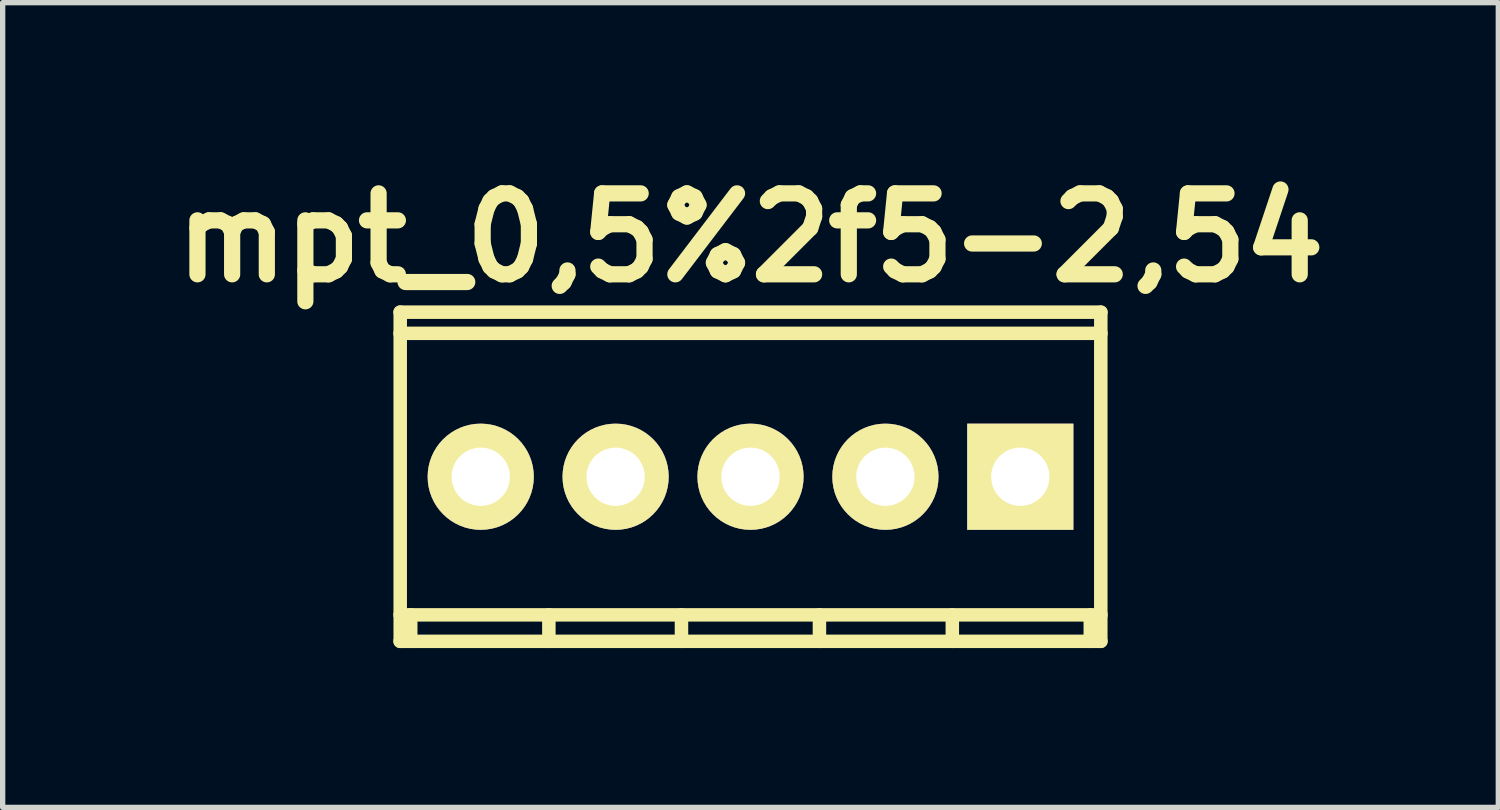
<source format=kicad_pcb>
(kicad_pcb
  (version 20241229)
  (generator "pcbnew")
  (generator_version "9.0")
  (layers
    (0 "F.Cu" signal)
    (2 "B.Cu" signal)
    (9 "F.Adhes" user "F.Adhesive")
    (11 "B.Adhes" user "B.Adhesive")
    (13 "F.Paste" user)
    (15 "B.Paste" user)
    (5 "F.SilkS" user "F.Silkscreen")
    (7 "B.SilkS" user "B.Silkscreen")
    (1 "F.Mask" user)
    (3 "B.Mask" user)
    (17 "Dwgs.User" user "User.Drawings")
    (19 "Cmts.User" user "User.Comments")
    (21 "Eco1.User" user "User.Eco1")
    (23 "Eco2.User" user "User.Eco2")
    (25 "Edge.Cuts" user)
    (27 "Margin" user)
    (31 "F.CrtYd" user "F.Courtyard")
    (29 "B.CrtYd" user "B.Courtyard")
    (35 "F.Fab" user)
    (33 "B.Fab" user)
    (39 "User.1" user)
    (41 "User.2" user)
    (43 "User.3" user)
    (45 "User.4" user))
  (footprint "mpt_0,5%2f5-2,54"
    (layer "F.Cu")
    (at 11.082 5.927)
    (property "Reference" "mpt_0,5%2f5-2,54" (at 0 -4.501 0) (layer "F.SilkS") (effects (font (size 1.524 1.524) (thickness 0.305))))
    (attr through_hole)
    (fp_line (start -6.599 -2.7) (end 6.599 -2.7) (stroke (width 0.254) (type solid)) (layer "F.SilkS"))
    (fp_line (start -6.599 2.601) (end 6.599 2.601) (stroke (width 0.254) (type solid)) (layer "F.SilkS"))
    (fp_line (start -6.596 -3.099) (end -6.596 3.099) (stroke (width 0.254) (type solid)) (layer "F.SilkS"))
    (fp_line (start -6.398 3.099) (end -6.398 2.601) (stroke (width 0.254) (type solid)) (layer "F.SilkS"))
    (fp_line (start -3.797 3.099) (end -3.797 2.601) (stroke (width 0.254) (type solid)) (layer "F.SilkS"))
    (fp_line (start -1.3 2.601) (end -1.3 3.099) (stroke (width 0.254) (type solid)) (layer "F.SilkS"))
    (fp_line (start 1.298 2.601) (end 1.298 3.099) (stroke (width 0.254) (type solid)) (layer "F.SilkS"))
    (fp_line (start 3.8 2.601) (end 3.8 3.099) (stroke (width 0.254) (type solid)) (layer "F.SilkS"))
    (fp_line (start 6.398 2.601) (end 6.398 3.099) (stroke (width 0.254) (type solid)) (layer "F.SilkS"))
    (fp_line (start 6.596 3.099) (end 6.596 -3.099) (stroke (width 0.254) (type solid)) (layer "F.SilkS"))
    (fp_line (start 6.599 -3.099) (end -6.599 -3.099) (stroke (width 0.254) (type solid)) (layer "F.SilkS"))
    (fp_line (start 6.599 3.099) (end -6.599 3.099) (stroke (width 0.254) (type solid)) (layer "F.SilkS"))
    (pad "1" thru_hole rect (at 5.08 0) (size 1.999 1.999) (drill 1.097) (layers "*.Cu" "*.Mask" "F.SilkS"))
    (pad "2" thru_hole oval (at 2.54 0) (size 1.999 1.999) (drill 1.097) (layers "*.Cu" "*.Mask" "F.SilkS"))
    (pad "3" thru_hole oval (at 0 0) (size 1.999 1.999) (drill 1.097) (layers "*.Cu" "*.Mask" "F.SilkS"))
    (pad "4" thru_hole oval (at -2.54 0) (size 1.999 1.999) (drill 1.097) (layers "*.Cu" "*.Mask" "F.SilkS"))
    (pad "5" thru_hole oval (at -5.08 0) (size 1.999 1.999) (drill 1.097) (layers "*.Cu" "*.Mask" "F.SilkS")))
  (gr_rect
    (start -3 -3)
    (end 25.163 12.153)
    (stroke (width 0.1) (type default))
    (fill no)
    (layer "Edge.Cuts")))
</source>
